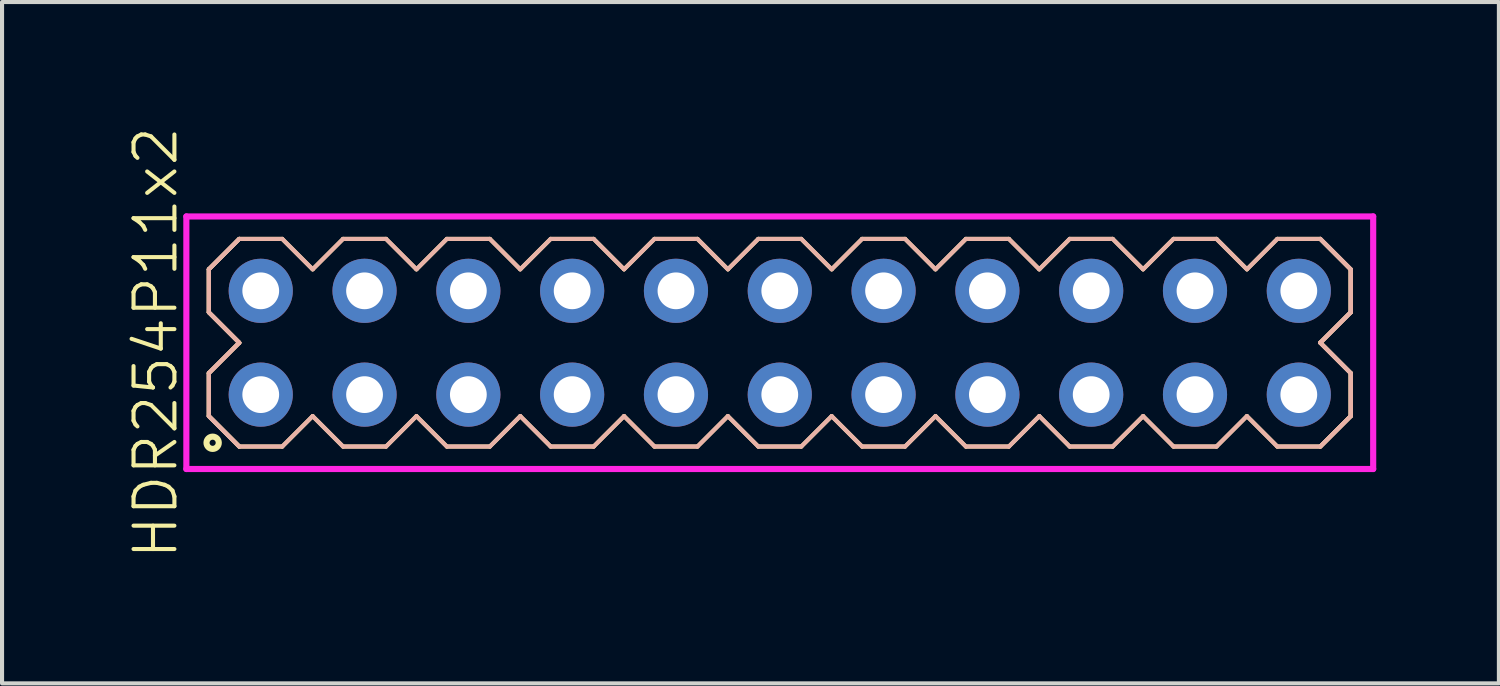
<source format=kicad_pcb>
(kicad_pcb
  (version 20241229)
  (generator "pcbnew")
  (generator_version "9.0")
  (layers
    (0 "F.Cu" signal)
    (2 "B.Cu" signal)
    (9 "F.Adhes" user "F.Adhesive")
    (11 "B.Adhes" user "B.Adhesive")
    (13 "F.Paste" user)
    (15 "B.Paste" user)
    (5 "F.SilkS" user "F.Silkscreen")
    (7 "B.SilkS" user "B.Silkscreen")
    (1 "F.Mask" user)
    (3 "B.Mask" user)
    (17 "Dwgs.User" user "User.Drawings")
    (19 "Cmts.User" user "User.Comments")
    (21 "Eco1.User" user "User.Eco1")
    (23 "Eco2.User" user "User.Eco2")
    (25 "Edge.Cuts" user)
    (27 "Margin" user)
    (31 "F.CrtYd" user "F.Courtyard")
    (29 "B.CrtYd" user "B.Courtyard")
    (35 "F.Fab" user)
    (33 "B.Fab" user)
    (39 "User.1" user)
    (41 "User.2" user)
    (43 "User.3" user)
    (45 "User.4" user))
  (footprint "HDR254P11x2"
    (layer "F.Cu")
    (at 16.03 5.336)
    (property "Reference" "HDR254P11x2" (at -15.27 0 90) (layer "F.SilkS") (effects (font (size 1 1) (thickness 0.1))))
    (attr through_hole)
    (fp_line (start -13.97 -1.796) (end -13.226 -2.54) (stroke (width 0.1) (type solid)) (layer "F.SilkS"))
    (fp_line (start -13.97 -1.796) (end -13.226 -2.54) (stroke (width 0.1) (type solid)) (layer "F.SilkS"))
    (fp_line (start -13.97 -0.744) (end -13.97 -1.796) (stroke (width 0.1) (type solid)) (layer "F.SilkS"))
    (fp_line (start -13.97 -0.744) (end -13.97 -1.796) (stroke (width 0.1) (type solid)) (layer "F.SilkS"))
    (fp_line (start -13.97 0.744) (end -13.226 0) (stroke (width 0.1) (type solid)) (layer "F.SilkS"))
    (fp_line (start -13.97 0.744) (end -13.226 0) (stroke (width 0.1) (type solid)) (layer "F.SilkS"))
    (fp_line (start -13.97 1.796) (end -13.97 0.744) (stroke (width 0.1) (type solid)) (layer "F.SilkS"))
    (fp_line (start -13.97 1.796) (end -13.97 0.744) (stroke (width 0.1) (type solid)) (layer "F.SilkS"))
    (fp_line (start -13.226 -2.54) (end -12.174 -2.54) (stroke (width 0.1) (type solid)) (layer "F.SilkS"))
    (fp_line (start -13.226 0) (end -13.97 -0.744) (stroke (width 0.1) (type solid)) (layer "F.SilkS"))
    (fp_line (start -13.226 0) (end -13.97 -0.744) (stroke (width 0.1) (type solid)) (layer "F.SilkS"))
    (fp_line (start -13.226 2.54) (end -13.97 1.796) (stroke (width 0.1) (type solid)) (layer "F.SilkS"))
    (fp_line (start -13.226 2.54) (end -13.97 1.796) (stroke (width 0.1) (type solid)) (layer "F.SilkS"))
    (fp_line (start -12.174 -2.54) (end -11.43 -1.796) (stroke (width 0.1) (type solid)) (layer "F.SilkS"))
    (fp_line (start -12.174 2.54) (end -13.226 2.54) (stroke (width 0.1) (type solid)) (layer "F.SilkS"))
    (fp_line (start -11.43 -1.796) (end -10.686 -2.54) (stroke (width 0.1) (type solid)) (layer "F.SilkS"))
    (fp_line (start -11.43 1.796) (end -12.174 2.54) (stroke (width 0.1) (type solid)) (layer "F.SilkS"))
    (fp_line (start -10.686 -2.54) (end -9.634 -2.54) (stroke (width 0.1) (type solid)) (layer "F.SilkS"))
    (fp_line (start -10.686 2.54) (end -11.43 1.796) (stroke (width 0.1) (type solid)) (layer "F.SilkS"))
    (fp_line (start -9.634 -2.54) (end -8.89 -1.796) (stroke (width 0.1) (type solid)) (layer "F.SilkS"))
    (fp_line (start -9.634 2.54) (end -10.686 2.54) (stroke (width 0.1) (type solid)) (layer "F.SilkS"))
    (fp_line (start -8.89 -1.796) (end -8.146 -2.54) (stroke (width 0.1) (type solid)) (layer "F.SilkS"))
    (fp_line (start -8.89 1.796) (end -9.634 2.54) (stroke (width 0.1) (type solid)) (layer "F.SilkS"))
    (fp_line (start -8.146 -2.54) (end -7.094 -2.54) (stroke (width 0.1) (type solid)) (layer "F.SilkS"))
    (fp_line (start -8.146 2.54) (end -8.89 1.796) (stroke (width 0.1) (type solid)) (layer "F.SilkS"))
    (fp_line (start -7.094 -2.54) (end -6.35 -1.796) (stroke (width 0.1) (type solid)) (layer "F.SilkS"))
    (fp_line (start -7.094 2.54) (end -8.146 2.54) (stroke (width 0.1) (type solid)) (layer "F.SilkS"))
    (fp_line (start -6.35 -1.796) (end -5.606 -2.54) (stroke (width 0.1) (type solid)) (layer "F.SilkS"))
    (fp_line (start -6.35 1.796) (end -7.094 2.54) (stroke (width 0.1) (type solid)) (layer "F.SilkS"))
    (fp_line (start -5.606 -2.54) (end -4.554 -2.54) (stroke (width 0.1) (type solid)) (layer "F.SilkS"))
    (fp_line (start -5.606 2.54) (end -6.35 1.796) (stroke (width 0.1) (type solid)) (layer "F.SilkS"))
    (fp_line (start -4.554 -2.54) (end -3.81 -1.796) (stroke (width 0.1) (type solid)) (layer "F.SilkS"))
    (fp_line (start -4.554 2.54) (end -5.606 2.54) (stroke (width 0.1) (type solid)) (layer "F.SilkS"))
    (fp_line (start -3.81 -1.796) (end -3.066 -2.54) (stroke (width 0.1) (type solid)) (layer "F.SilkS"))
    (fp_line (start -3.81 1.796) (end -4.554 2.54) (stroke (width 0.1) (type solid)) (layer "F.SilkS"))
    (fp_line (start -3.066 -2.54) (end -2.014 -2.54) (stroke (width 0.1) (type solid)) (layer "F.SilkS"))
    (fp_line (start -3.066 2.54) (end -3.81 1.796) (stroke (width 0.1) (type solid)) (layer "F.SilkS"))
    (fp_line (start -2.014 -2.54) (end -1.27 -1.796) (stroke (width 0.1) (type solid)) (layer "F.SilkS"))
    (fp_line (start -2.014 2.54) (end -3.066 2.54) (stroke (width 0.1) (type solid)) (layer "F.SilkS"))
    (fp_line (start -1.27 -1.796) (end -0.526 -2.54) (stroke (width 0.1) (type solid)) (layer "F.SilkS"))
    (fp_line (start -1.27 1.796) (end -2.014 2.54) (stroke (width 0.1) (type solid)) (layer "F.SilkS"))
    (fp_line (start -0.526 -2.54) (end 0.526 -2.54) (stroke (width 0.1) (type solid)) (layer "F.SilkS"))
    (fp_line (start -0.526 2.54) (end -1.27 1.796) (stroke (width 0.1) (type solid)) (layer "F.SilkS"))
    (fp_line (start 0.526 -2.54) (end 1.27 -1.796) (stroke (width 0.1) (type solid)) (layer "F.SilkS"))
    (fp_line (start 0.526 2.54) (end -0.526 2.54) (stroke (width 0.1) (type solid)) (layer "F.SilkS"))
    (fp_line (start 1.27 -1.796) (end 2.014 -2.54) (stroke (width 0.1) (type solid)) (layer "F.SilkS"))
    (fp_line (start 1.27 1.796) (end 0.526 2.54) (stroke (width 0.1) (type solid)) (layer "F.SilkS"))
    (fp_line (start 2.014 -2.54) (end 3.066 -2.54) (stroke (width 0.1) (type solid)) (layer "F.SilkS"))
    (fp_line (start 2.014 2.54) (end 1.27 1.796) (stroke (width 0.1) (type solid)) (layer "F.SilkS"))
    (fp_line (start 3.066 -2.54) (end 3.81 -1.796) (stroke (width 0.1) (type solid)) (layer "F.SilkS"))
    (fp_line (start 3.066 2.54) (end 2.014 2.54) (stroke (width 0.1) (type solid)) (layer "F.SilkS"))
    (fp_line (start 3.81 -1.796) (end 4.554 -2.54) (stroke (width 0.1) (type solid)) (layer "F.SilkS"))
    (fp_line (start 3.81 1.796) (end 3.066 2.54) (stroke (width 0.1) (type solid)) (layer "F.SilkS"))
    (fp_line (start 4.554 -2.54) (end 5.606 -2.54) (stroke (width 0.1) (type solid)) (layer "F.SilkS"))
    (fp_line (start 4.554 2.54) (end 3.81 1.796) (stroke (width 0.1) (type solid)) (layer "F.SilkS"))
    (fp_line (start 5.606 -2.54) (end 6.35 -1.796) (stroke (width 0.1) (type solid)) (layer "F.SilkS"))
    (fp_line (start 5.606 2.54) (end 4.554 2.54) (stroke (width 0.1) (type solid)) (layer "F.SilkS"))
    (fp_line (start 6.35 -1.796) (end 7.094 -2.54) (stroke (width 0.1) (type solid)) (layer "F.SilkS"))
    (fp_line (start 6.35 1.796) (end 5.606 2.54) (stroke (width 0.1) (type solid)) (layer "F.SilkS"))
    (fp_line (start 7.094 -2.54) (end 8.146 -2.54) (stroke (width 0.1) (type solid)) (layer "F.SilkS"))
    (fp_line (start 7.094 2.54) (end 6.35 1.796) (stroke (width 0.1) (type solid)) (layer "F.SilkS"))
    (fp_line (start 8.146 -2.54) (end 8.89 -1.796) (stroke (width 0.1) (type solid)) (layer "F.SilkS"))
    (fp_line (start 8.146 2.54) (end 7.094 2.54) (stroke (width 0.1) (type solid)) (layer "F.SilkS"))
    (fp_line (start 8.89 -1.796) (end 9.634 -2.54) (stroke (width 0.1) (type solid)) (layer "F.SilkS"))
    (fp_line (start 8.89 1.796) (end 8.146 2.54) (stroke (width 0.1) (type solid)) (layer "F.SilkS"))
    (fp_line (start 9.634 -2.54) (end 10.686 -2.54) (stroke (width 0.1) (type solid)) (layer "F.SilkS"))
    (fp_line (start 9.634 2.54) (end 8.89 1.796) (stroke (width 0.1) (type solid)) (layer "F.SilkS"))
    (fp_line (start 10.686 -2.54) (end 11.43 -1.796) (stroke (width 0.1) (type solid)) (layer "F.SilkS"))
    (fp_line (start 10.686 2.54) (end 9.634 2.54) (stroke (width 0.1) (type solid)) (layer "F.SilkS"))
    (fp_line (start 11.43 -1.796) (end 12.174 -2.54) (stroke (width 0.1) (type solid)) (layer "F.SilkS"))
    (fp_line (start 11.43 1.796) (end 10.686 2.54) (stroke (width 0.1) (type solid)) (layer "F.SilkS"))
    (fp_line (start 12.174 -2.54) (end 13.226 -2.54) (stroke (width 0.1) (type solid)) (layer "F.SilkS"))
    (fp_line (start 12.174 2.54) (end 11.43 1.796) (stroke (width 0.1) (type solid)) (layer "F.SilkS"))
    (fp_line (start 13.226 -2.54) (end 13.97 -1.796) (stroke (width 0.1) (type solid)) (layer "F.SilkS"))
    (fp_line (start 13.226 -2.54) (end 13.97 -1.796) (stroke (width 0.1) (type solid)) (layer "F.SilkS"))
    (fp_line (start 13.226 0) (end 13.97 0.744) (stroke (width 0.1) (type solid)) (layer "F.SilkS"))
    (fp_line (start 13.226 0) (end 13.97 0.744) (stroke (width 0.1) (type solid)) (layer "F.SilkS"))
    (fp_line (start 13.226 2.54) (end 12.174 2.54) (stroke (width 0.1) (type solid)) (layer "F.SilkS"))
    (fp_line (start 13.97 -1.796) (end 13.97 -0.744) (stroke (width 0.1) (type solid)) (layer "F.SilkS"))
    (fp_line (start 13.97 -1.796) (end 13.97 -0.744) (stroke (width 0.1) (type solid)) (layer "F.SilkS"))
    (fp_line (start 13.97 -0.744) (end 13.226 0) (stroke (width 0.1) (type solid)) (layer "F.SilkS"))
    (fp_line (start 13.97 -0.744) (end 13.226 0) (stroke (width 0.1) (type solid)) (layer "F.SilkS"))
    (fp_line (start 13.97 0.744) (end 13.97 1.796) (stroke (width 0.1) (type solid)) (layer "F.SilkS"))
    (fp_line (start 13.97 0.744) (end 13.97 1.796) (stroke (width 0.1) (type solid)) (layer "F.SilkS"))
    (fp_line (start 13.97 1.796) (end 13.226 2.54) (stroke (width 0.1) (type solid)) (layer "F.SilkS"))
    (fp_line (start 13.97 1.796) (end 13.226 2.54) (stroke (width 0.1) (type solid)) (layer "F.SilkS"))
    (fp_circle (center -13.877 2.448) (end -13.727 2.448) (stroke (width 0.15) (type solid)) (fill no) (layer "F.SilkS"))
    (fp_line (start -13.97 -1.796) (end -13.226 -2.54) (stroke (width 0.1) (type solid)) (layer "B.SilkS"))
    (fp_line (start -13.97 -1.796) (end -13.226 -2.54) (stroke (width 0.1) (type solid)) (layer "B.SilkS"))
    (fp_line (start -13.97 -0.744) (end -13.97 -1.796) (stroke (width 0.1) (type solid)) (layer "B.SilkS"))
    (fp_line (start -13.97 -0.744) (end -13.97 -1.796) (stroke (width 0.1) (type solid)) (layer "B.SilkS"))
    (fp_line (start -13.97 0.744) (end -13.226 0) (stroke (width 0.1) (type solid)) (layer "B.SilkS"))
    (fp_line (start -13.97 0.744) (end -13.226 0) (stroke (width 0.1) (type solid)) (layer "B.SilkS"))
    (fp_line (start -13.97 1.796) (end -13.97 0.744) (stroke (width 0.1) (type solid)) (layer "B.SilkS"))
    (fp_line (start -13.97 1.796) (end -13.97 0.744) (stroke (width 0.1) (type solid)) (layer "B.SilkS"))
    (fp_line (start -13.226 -2.54) (end -12.174 -2.54) (stroke (width 0.1) (type solid)) (layer "B.SilkS"))
    (fp_line (start -13.226 0) (end -13.97 -0.744) (stroke (width 0.1) (type solid)) (layer "B.SilkS"))
    (fp_line (start -13.226 0) (end -13.97 -0.744) (stroke (width 0.1) (type solid)) (layer "B.SilkS"))
    (fp_line (start -13.226 2.54) (end -13.97 1.796) (stroke (width 0.1) (type solid)) (layer "B.SilkS"))
    (fp_line (start -13.226 2.54) (end -13.97 1.796) (stroke (width 0.1) (type solid)) (layer "B.SilkS"))
    (fp_line (start -12.174 -2.54) (end -11.43 -1.796) (stroke (width 0.1) (type solid)) (layer "B.SilkS"))
    (fp_line (start -12.174 2.54) (end -13.226 2.54) (stroke (width 0.1) (type solid)) (layer "B.SilkS"))
    (fp_line (start -11.43 -1.796) (end -10.686 -2.54) (stroke (width 0.1) (type solid)) (layer "B.SilkS"))
    (fp_line (start -11.43 1.796) (end -12.174 2.54) (stroke (width 0.1) (type solid)) (layer "B.SilkS"))
    (fp_line (start -10.686 -2.54) (end -9.634 -2.54) (stroke (width 0.1) (type solid)) (layer "B.SilkS"))
    (fp_line (start -10.686 2.54) (end -11.43 1.796) (stroke (width 0.1) (type solid)) (layer "B.SilkS"))
    (fp_line (start -9.634 -2.54) (end -8.89 -1.796) (stroke (width 0.1) (type solid)) (layer "B.SilkS"))
    (fp_line (start -9.634 2.54) (end -10.686 2.54) (stroke (width 0.1) (type solid)) (layer "B.SilkS"))
    (fp_line (start -8.89 -1.796) (end -8.146 -2.54) (stroke (width 0.1) (type solid)) (layer "B.SilkS"))
    (fp_line (start -8.89 1.796) (end -9.634 2.54) (stroke (width 0.1) (type solid)) (layer "B.SilkS"))
    (fp_line (start -8.146 -2.54) (end -7.094 -2.54) (stroke (width 0.1) (type solid)) (layer "B.SilkS"))
    (fp_line (start -8.146 2.54) (end -8.89 1.796) (stroke (width 0.1) (type solid)) (layer "B.SilkS"))
    (fp_line (start -7.094 -2.54) (end -6.35 -1.796) (stroke (width 0.1) (type solid)) (layer "B.SilkS"))
    (fp_line (start -7.094 2.54) (end -8.146 2.54) (stroke (width 0.1) (type solid)) (layer "B.SilkS"))
    (fp_line (start -6.35 -1.796) (end -5.606 -2.54) (stroke (width 0.1) (type solid)) (layer "B.SilkS"))
    (fp_line (start -6.35 1.796) (end -7.094 2.54) (stroke (width 0.1) (type solid)) (layer "B.SilkS"))
    (fp_line (start -5.606 -2.54) (end -4.554 -2.54) (stroke (width 0.1) (type solid)) (layer "B.SilkS"))
    (fp_line (start -5.606 2.54) (end -6.35 1.796) (stroke (width 0.1) (type solid)) (layer "B.SilkS"))
    (fp_line (start -4.554 -2.54) (end -3.81 -1.796) (stroke (width 0.1) (type solid)) (layer "B.SilkS"))
    (fp_line (start -4.554 2.54) (end -5.606 2.54) (stroke (width 0.1) (type solid)) (layer "B.SilkS"))
    (fp_line (start -3.81 -1.796) (end -3.066 -2.54) (stroke (width 0.1) (type solid)) (layer "B.SilkS"))
    (fp_line (start -3.81 1.796) (end -4.554 2.54) (stroke (width 0.1) (type solid)) (layer "B.SilkS"))
    (fp_line (start -3.066 -2.54) (end -2.014 -2.54) (stroke (width 0.1) (type solid)) (layer "B.SilkS"))
    (fp_line (start -3.066 2.54) (end -3.81 1.796) (stroke (width 0.1) (type solid)) (layer "B.SilkS"))
    (fp_line (start -2.014 -2.54) (end -1.27 -1.796) (stroke (width 0.1) (type solid)) (layer "B.SilkS"))
    (fp_line (start -2.014 2.54) (end -3.066 2.54) (stroke (width 0.1) (type solid)) (layer "B.SilkS"))
    (fp_line (start -1.27 -1.796) (end -0.526 -2.54) (stroke (width 0.1) (type solid)) (layer "B.SilkS"))
    (fp_line (start -1.27 1.796) (end -2.014 2.54) (stroke (width 0.1) (type solid)) (layer "B.SilkS"))
    (fp_line (start -0.526 -2.54) (end 0.526 -2.54) (stroke (width 0.1) (type solid)) (layer "B.SilkS"))
    (fp_line (start -0.526 2.54) (end -1.27 1.796) (stroke (width 0.1) (type solid)) (layer "B.SilkS"))
    (fp_line (start 0.526 -2.54) (end 1.27 -1.796) (stroke (width 0.1) (type solid)) (layer "B.SilkS"))
    (fp_line (start 0.526 2.54) (end -0.526 2.54) (stroke (width 0.1) (type solid)) (layer "B.SilkS"))
    (fp_line (start 1.27 -1.796) (end 2.014 -2.54) (stroke (width 0.1) (type solid)) (layer "B.SilkS"))
    (fp_line (start 1.27 1.796) (end 0.526 2.54) (stroke (width 0.1) (type solid)) (layer "B.SilkS"))
    (fp_line (start 2.014 -2.54) (end 3.066 -2.54) (stroke (width 0.1) (type solid)) (layer "B.SilkS"))
    (fp_line (start 2.014 2.54) (end 1.27 1.796) (stroke (width 0.1) (type solid)) (layer "B.SilkS"))
    (fp_line (start 3.066 -2.54) (end 3.81 -1.796) (stroke (width 0.1) (type solid)) (layer "B.SilkS"))
    (fp_line (start 3.066 2.54) (end 2.014 2.54) (stroke (width 0.1) (type solid)) (layer "B.SilkS"))
    (fp_line (start 3.81 -1.796) (end 4.554 -2.54) (stroke (width 0.1) (type solid)) (layer "B.SilkS"))
    (fp_line (start 3.81 1.796) (end 3.066 2.54) (stroke (width 0.1) (type solid)) (layer "B.SilkS"))
    (fp_line (start 4.554 -2.54) (end 5.606 -2.54) (stroke (width 0.1) (type solid)) (layer "B.SilkS"))
    (fp_line (start 4.554 2.54) (end 3.81 1.796) (stroke (width 0.1) (type solid)) (layer "B.SilkS"))
    (fp_line (start 5.606 -2.54) (end 6.35 -1.796) (stroke (width 0.1) (type solid)) (layer "B.SilkS"))
    (fp_line (start 5.606 2.54) (end 4.554 2.54) (stroke (width 0.1) (type solid)) (layer "B.SilkS"))
    (fp_line (start 6.35 -1.796) (end 7.094 -2.54) (stroke (width 0.1) (type solid)) (layer "B.SilkS"))
    (fp_line (start 6.35 1.796) (end 5.606 2.54) (stroke (width 0.1) (type solid)) (layer "B.SilkS"))
    (fp_line (start 7.094 -2.54) (end 8.146 -2.54) (stroke (width 0.1) (type solid)) (layer "B.SilkS"))
    (fp_line (start 7.094 2.54) (end 6.35 1.796) (stroke (width 0.1) (type solid)) (layer "B.SilkS"))
    (fp_line (start 8.146 -2.54) (end 8.89 -1.796) (stroke (width 0.1) (type solid)) (layer "B.SilkS"))
    (fp_line (start 8.146 2.54) (end 7.094 2.54) (stroke (width 0.1) (type solid)) (layer "B.SilkS"))
    (fp_line (start 8.89 -1.796) (end 9.634 -2.54) (stroke (width 0.1) (type solid)) (layer "B.SilkS"))
    (fp_line (start 8.89 1.796) (end 8.146 2.54) (stroke (width 0.1) (type solid)) (layer "B.SilkS"))
    (fp_line (start 9.634 -2.54) (end 10.686 -2.54) (stroke (width 0.1) (type solid)) (layer "B.SilkS"))
    (fp_line (start 9.634 2.54) (end 8.89 1.796) (stroke (width 0.1) (type solid)) (layer "B.SilkS"))
    (fp_line (start 10.686 -2.54) (end 11.43 -1.796) (stroke (width 0.1) (type solid)) (layer "B.SilkS"))
    (fp_line (start 10.686 2.54) (end 9.634 2.54) (stroke (width 0.1) (type solid)) (layer "B.SilkS"))
    (fp_line (start 11.43 -1.796) (end 12.174 -2.54) (stroke (width 0.1) (type solid)) (layer "B.SilkS"))
    (fp_line (start 11.43 1.796) (end 10.686 2.54) (stroke (width 0.1) (type solid)) (layer "B.SilkS"))
    (fp_line (start 12.174 -2.54) (end 13.226 -2.54) (stroke (width 0.1) (type solid)) (layer "B.SilkS"))
    (fp_line (start 12.174 2.54) (end 11.43 1.796) (stroke (width 0.1) (type solid)) (layer "B.SilkS"))
    (fp_line (start 13.226 -2.54) (end 13.97 -1.796) (stroke (width 0.1) (type solid)) (layer "B.SilkS"))
    (fp_line (start 13.226 -2.54) (end 13.97 -1.796) (stroke (width 0.1) (type solid)) (layer "B.SilkS"))
    (fp_line (start 13.226 0) (end 13.97 0.744) (stroke (width 0.1) (type solid)) (layer "B.SilkS"))
    (fp_line (start 13.226 0) (end 13.97 0.744) (stroke (width 0.1) (type solid)) (layer "B.SilkS"))
    (fp_line (start 13.226 2.54) (end 12.174 2.54) (stroke (width 0.1) (type solid)) (layer "B.SilkS"))
    (fp_line (start 13.97 -1.796) (end 13.97 -0.744) (stroke (width 0.1) (type solid)) (layer "B.SilkS"))
    (fp_line (start 13.97 -1.796) (end 13.97 -0.744) (stroke (width 0.1) (type solid)) (layer "B.SilkS"))
    (fp_line (start 13.97 -0.744) (end 13.226 0) (stroke (width 0.1) (type solid)) (layer "B.SilkS"))
    (fp_line (start 13.97 -0.744) (end 13.226 0) (stroke (width 0.1) (type solid)) (layer "B.SilkS"))
    (fp_line (start 13.97 0.744) (end 13.97 1.796) (stroke (width 0.1) (type solid)) (layer "B.SilkS"))
    (fp_line (start 13.97 0.744) (end 13.97 1.796) (stroke (width 0.1) (type solid)) (layer "B.SilkS"))
    (fp_line (start 13.97 1.796) (end 13.226 2.54) (stroke (width 0.1) (type solid)) (layer "B.SilkS"))
    (fp_line (start 13.97 1.796) (end 13.226 2.54) (stroke (width 0.1) (type solid)) (layer "B.SilkS"))
    (fp_line (start -14.52 -3.09) (end -14.52 3.09) (stroke (width 0.15) (type solid)) (layer "F.CrtYd"))
    (fp_line (start -14.52 3.09) (end 14.52 3.09) (stroke (width 0.15) (type solid)) (layer "F.CrtYd"))
    (fp_line (start 14.52 -3.09) (end -14.52 -3.09) (stroke (width 0.15) (type solid)) (layer "F.CrtYd"))
    (fp_line (start 14.52 3.09) (end 14.52 -3.09) (stroke (width 0.15) (type solid)) (layer "F.CrtYd"))
    (pad "1" thru_hole oval (at -12.7 1.27) (size 1.57 1.57) (drill 0.9) (layers "*.Cu"))
    (pad "2" thru_hole oval (at -12.7 -1.27) (size 1.57 1.57) (drill 0.9) (layers "*.Cu"))
    (pad "3" thru_hole oval (at -10.16 1.27) (size 1.57 1.57) (drill 0.9) (layers "*.Cu"))
    (pad "4" thru_hole oval (at -10.16 -1.27) (size 1.57 1.57) (drill 0.9) (layers "*.Cu"))
    (pad "5" thru_hole oval (at -7.62 1.27) (size 1.57 1.57) (drill 0.9) (layers "*.Cu"))
    (pad "6" thru_hole oval (at -7.62 -1.27) (size 1.57 1.57) (drill 0.9) (layers "*.Cu"))
    (pad "7" thru_hole oval (at -5.08 1.27) (size 1.57 1.57) (drill 0.9) (layers "*.Cu"))
    (pad "8" thru_hole oval (at -5.08 -1.27) (size 1.57 1.57) (drill 0.9) (layers "*.Cu"))
    (pad "9" thru_hole oval (at -2.54 1.27) (size 1.57 1.57) (drill 0.9) (layers "*.Cu"))
    (pad "10" thru_hole oval (at -2.54 -1.27) (size 1.57 1.57) (drill 0.9) (layers "*.Cu"))
    (pad "11" thru_hole oval (at 0 1.27) (size 1.57 1.57) (drill 0.9) (layers "*.Cu"))
    (pad "12" thru_hole oval (at 0 -1.27) (size 1.57 1.57) (drill 0.9) (layers "*.Cu"))
    (pad "13" thru_hole oval (at 2.54 1.27) (size 1.57 1.57) (drill 0.9) (layers "*.Cu"))
    (pad "14" thru_hole oval (at 2.54 -1.27) (size 1.57 1.57) (drill 0.9) (layers "*.Cu"))
    (pad "15" thru_hole oval (at 5.08 1.27) (size 1.57 1.57) (drill 0.9) (layers "*.Cu"))
    (pad "16" thru_hole oval (at 5.08 -1.27) (size 1.57 1.57) (drill 0.9) (layers "*.Cu"))
    (pad "17" thru_hole oval (at 7.62 1.27) (size 1.57 1.57) (drill 0.9) (layers "*.Cu"))
    (pad "18" thru_hole oval (at 7.62 -1.27) (size 1.57 1.57) (drill 0.9) (layers "*.Cu"))
    (pad "19" thru_hole oval (at 10.16 1.27) (size 1.57 1.57) (drill 0.9) (layers "*.Cu"))
    (pad "20" thru_hole oval (at 10.16 -1.27) (size 1.57 1.57) (drill 0.9) (layers "*.Cu"))
    (pad "21" thru_hole oval (at 12.7 1.27) (size 1.57 1.57) (drill 0.9) (layers "*.Cu"))
    (pad "22" thru_hole oval (at 12.7 -1.27) (size 1.57 1.57) (drill 0.9) (layers "*.Cu")))
  (gr_rect
    (start -3 -3)
    (end 33.626 13.671)
    (stroke (width 0.1) (type default))
    (fill no)
    (layer "Edge.Cuts")))
</source>
